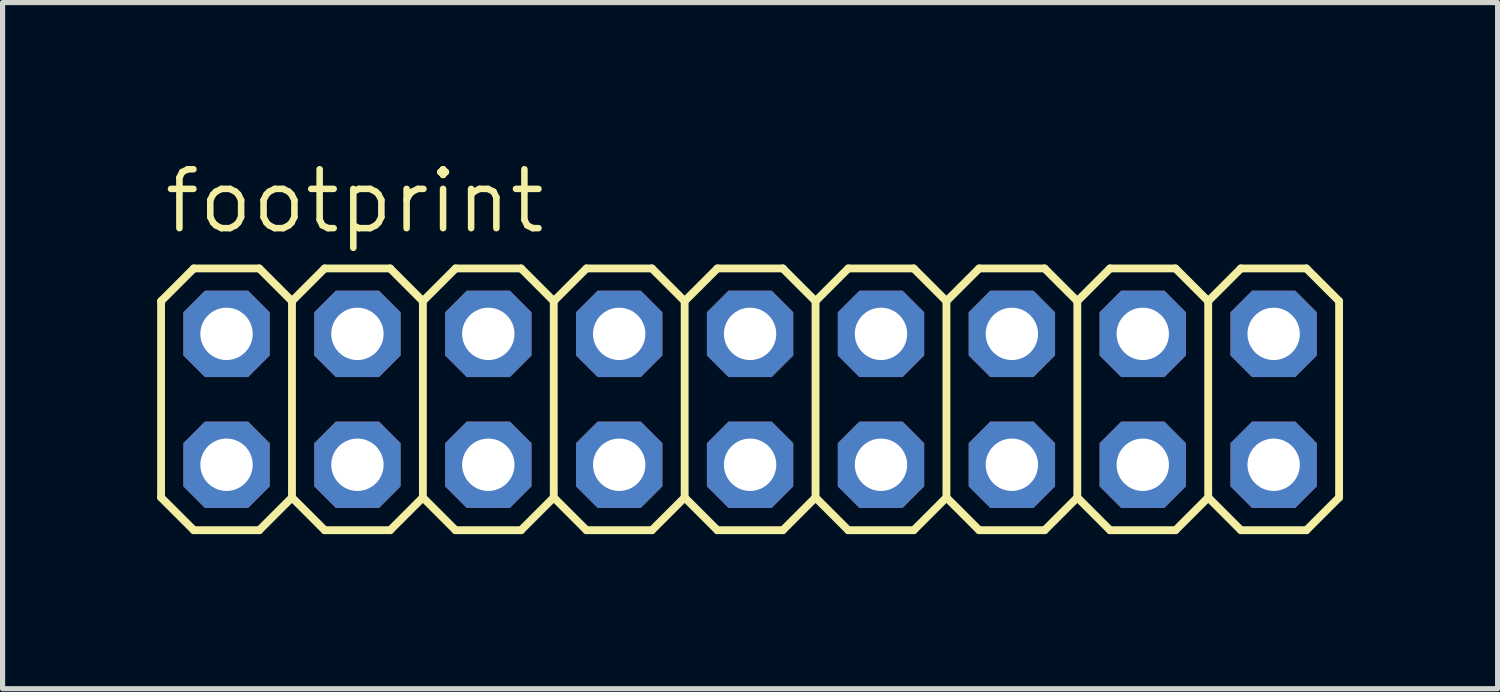
<source format=kicad_pcb>
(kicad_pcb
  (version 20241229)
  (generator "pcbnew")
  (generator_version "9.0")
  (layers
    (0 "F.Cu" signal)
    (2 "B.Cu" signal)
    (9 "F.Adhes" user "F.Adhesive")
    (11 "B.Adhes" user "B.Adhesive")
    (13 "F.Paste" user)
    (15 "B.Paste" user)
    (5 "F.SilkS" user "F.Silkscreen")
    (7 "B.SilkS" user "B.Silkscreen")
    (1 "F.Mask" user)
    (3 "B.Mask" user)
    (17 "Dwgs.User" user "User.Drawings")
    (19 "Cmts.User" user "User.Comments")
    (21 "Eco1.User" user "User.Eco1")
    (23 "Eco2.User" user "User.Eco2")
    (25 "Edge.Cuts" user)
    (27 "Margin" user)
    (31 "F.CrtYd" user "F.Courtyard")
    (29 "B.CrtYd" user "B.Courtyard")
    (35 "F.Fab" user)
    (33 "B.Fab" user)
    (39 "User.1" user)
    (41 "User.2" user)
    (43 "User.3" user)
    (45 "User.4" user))
  (footprint "footprint"
    (layer "F.Cu")
    (at 11.506 4.699)
    (property "Reference" "footprint" (at -11.43 -3.175 0) (layer "F.SilkS") (effects (font (size 1.143 1.143) (thickness 0.127)) (justify left bottom)))
    (fp_line (start -11.43 -1.905) (end -10.795 -2.54) (stroke (width 0.152) (type solid)) (layer "F.SilkS"))
    (fp_line (start -11.43 1.905) (end -11.43 -1.905) (stroke (width 0.152) (type solid)) (layer "F.SilkS"))
    (fp_line (start -11.43 1.905) (end -10.795 2.54) (stroke (width 0.152) (type solid)) (layer "F.SilkS"))
    (fp_line (start -10.795 -2.54) (end -9.525 -2.54) (stroke (width 0.152) (type solid)) (layer "F.SilkS"))
    (fp_line (start -10.795 2.54) (end -9.525 2.54) (stroke (width 0.152) (type solid)) (layer "F.SilkS"))
    (fp_line (start -9.525 -2.54) (end -8.89 -1.905) (stroke (width 0.152) (type solid)) (layer "F.SilkS"))
    (fp_line (start -9.525 2.54) (end -8.89 1.905) (stroke (width 0.152) (type solid)) (layer "F.SilkS"))
    (fp_line (start -8.89 -1.905) (end -8.89 1.905) (stroke (width 0.152) (type solid)) (layer "F.SilkS"))
    (fp_line (start -8.89 -1.905) (end -8.255 -2.54) (stroke (width 0.152) (type solid)) (layer "F.SilkS"))
    (fp_line (start -8.89 1.905) (end -8.255 2.54) (stroke (width 0.152) (type solid)) (layer "F.SilkS"))
    (fp_line (start -8.255 -2.54) (end -6.985 -2.54) (stroke (width 0.152) (type solid)) (layer "F.SilkS"))
    (fp_line (start -8.255 2.54) (end -6.985 2.54) (stroke (width 0.152) (type solid)) (layer "F.SilkS"))
    (fp_line (start -6.985 -2.54) (end -6.35 -1.905) (stroke (width 0.152) (type solid)) (layer "F.SilkS"))
    (fp_line (start -6.985 2.54) (end -6.35 1.905) (stroke (width 0.152) (type solid)) (layer "F.SilkS"))
    (fp_line (start -6.35 -1.905) (end -6.35 1.905) (stroke (width 0.152) (type solid)) (layer "F.SilkS"))
    (fp_line (start -6.35 -1.905) (end -5.715 -2.54) (stroke (width 0.152) (type solid)) (layer "F.SilkS"))
    (fp_line (start -6.35 1.905) (end -5.715 2.54) (stroke (width 0.152) (type solid)) (layer "F.SilkS"))
    (fp_line (start -5.715 -2.54) (end -4.445 -2.54) (stroke (width 0.152) (type solid)) (layer "F.SilkS"))
    (fp_line (start -5.715 2.54) (end -4.445 2.54) (stroke (width 0.152) (type solid)) (layer "F.SilkS"))
    (fp_line (start -4.445 -2.54) (end -3.81 -1.905) (stroke (width 0.152) (type solid)) (layer "F.SilkS"))
    (fp_line (start -4.445 2.54) (end -3.81 1.905) (stroke (width 0.152) (type solid)) (layer "F.SilkS"))
    (fp_line (start -3.81 -1.905) (end -3.81 1.905) (stroke (width 0.152) (type solid)) (layer "F.SilkS"))
    (fp_line (start -3.81 -1.905) (end -3.175 -2.54) (stroke (width 0.152) (type solid)) (layer "F.SilkS"))
    (fp_line (start -3.81 1.905) (end -3.175 2.54) (stroke (width 0.152) (type solid)) (layer "F.SilkS"))
    (fp_line (start -3.175 -2.54) (end -1.905 -2.54) (stroke (width 0.152) (type solid)) (layer "F.SilkS"))
    (fp_line (start -3.175 2.54) (end -1.905 2.54) (stroke (width 0.152) (type solid)) (layer "F.SilkS"))
    (fp_line (start -1.905 -2.54) (end -1.27 -1.905) (stroke (width 0.152) (type solid)) (layer "F.SilkS"))
    (fp_line (start -1.905 2.54) (end -1.27 1.905) (stroke (width 0.152) (type solid)) (layer "F.SilkS"))
    (fp_line (start -1.27 -1.905) (end -1.27 1.905) (stroke (width 0.152) (type solid)) (layer "F.SilkS"))
    (fp_line (start -1.27 -1.905) (end -0.635 -2.54) (stroke (width 0.152) (type solid)) (layer "F.SilkS"))
    (fp_line (start -1.27 1.905) (end -0.635 2.54) (stroke (width 0.152) (type solid)) (layer "F.SilkS"))
    (fp_line (start -0.635 -2.54) (end 0.635 -2.54) (stroke (width 0.152) (type solid)) (layer "F.SilkS"))
    (fp_line (start -0.635 2.54) (end 0.635 2.54) (stroke (width 0.152) (type solid)) (layer "F.SilkS"))
    (fp_line (start 0.635 -2.54) (end 1.27 -1.905) (stroke (width 0.152) (type solid)) (layer "F.SilkS"))
    (fp_line (start 0.635 2.54) (end 1.27 1.905) (stroke (width 0.152) (type solid)) (layer "F.SilkS"))
    (fp_line (start 1.27 -1.905) (end 1.27 1.905) (stroke (width 0.152) (type solid)) (layer "F.SilkS"))
    (fp_line (start 1.27 -1.905) (end 1.905 -2.54) (stroke (width 0.152) (type solid)) (layer "F.SilkS"))
    (fp_line (start 1.27 1.905) (end 1.905 2.54) (stroke (width 0.152) (type solid)) (layer "F.SilkS"))
    (fp_line (start 1.905 -2.54) (end 3.175 -2.54) (stroke (width 0.152) (type solid)) (layer "F.SilkS"))
    (fp_line (start 1.905 2.54) (end 3.175 2.54) (stroke (width 0.152) (type solid)) (layer "F.SilkS"))
    (fp_line (start 3.175 -2.54) (end 3.81 -1.905) (stroke (width 0.152) (type solid)) (layer "F.SilkS"))
    (fp_line (start 3.175 2.54) (end 3.81 1.905) (stroke (width 0.152) (type solid)) (layer "F.SilkS"))
    (fp_line (start 3.81 -1.905) (end 3.81 1.905) (stroke (width 0.152) (type solid)) (layer "F.SilkS"))
    (fp_line (start 3.81 -1.905) (end 4.445 -2.54) (stroke (width 0.152) (type solid)) (layer "F.SilkS"))
    (fp_line (start 3.81 1.905) (end 4.445 2.54) (stroke (width 0.152) (type solid)) (layer "F.SilkS"))
    (fp_line (start 4.445 -2.54) (end 5.715 -2.54) (stroke (width 0.152) (type solid)) (layer "F.SilkS"))
    (fp_line (start 4.445 2.54) (end 5.715 2.54) (stroke (width 0.152) (type solid)) (layer "F.SilkS"))
    (fp_line (start 5.715 -2.54) (end 6.35 -1.905) (stroke (width 0.152) (type solid)) (layer "F.SilkS"))
    (fp_line (start 6.35 -1.905) (end 6.35 1.905) (stroke (width 0.152) (type solid)) (layer "F.SilkS"))
    (fp_line (start 6.35 -1.905) (end 6.985 -2.54) (stroke (width 0.152) (type solid)) (layer "F.SilkS"))
    (fp_line (start 6.35 1.905) (end 5.715 2.54) (stroke (width 0.152) (type solid)) (layer "F.SilkS"))
    (fp_line (start 6.35 1.905) (end 6.985 2.54) (stroke (width 0.152) (type solid)) (layer "F.SilkS"))
    (fp_line (start 6.985 -2.54) (end 8.255 -2.54) (stroke (width 0.152) (type solid)) (layer "F.SilkS"))
    (fp_line (start 6.985 2.54) (end 8.255 2.54) (stroke (width 0.152) (type solid)) (layer "F.SilkS"))
    (fp_line (start 8.255 -2.54) (end 8.89 -1.905) (stroke (width 0.152) (type solid)) (layer "F.SilkS"))
    (fp_line (start 8.89 -1.905) (end 8.89 1.905) (stroke (width 0.152) (type solid)) (layer "F.SilkS"))
    (fp_line (start 8.89 -1.905) (end 9.525 -2.54) (stroke (width 0.152) (type solid)) (layer "F.SilkS"))
    (fp_line (start 8.89 1.905) (end 8.255 2.54) (stroke (width 0.152) (type solid)) (layer "F.SilkS"))
    (fp_line (start 8.89 1.905) (end 9.525 2.54) (stroke (width 0.152) (type solid)) (layer "F.SilkS"))
    (fp_line (start 9.525 -2.54) (end 10.795 -2.54) (stroke (width 0.152) (type solid)) (layer "F.SilkS"))
    (fp_line (start 9.525 2.54) (end 10.795 2.54) (stroke (width 0.152) (type solid)) (layer "F.SilkS"))
    (fp_line (start 10.795 -2.54) (end 11.43 -1.905) (stroke (width 0.152) (type solid)) (layer "F.SilkS"))
    (fp_line (start 11.43 -1.905) (end 11.43 1.905) (stroke (width 0.152) (type solid)) (layer "F.SilkS"))
    (fp_line (start 11.43 1.905) (end 10.795 2.54) (stroke (width 0.152) (type solid)) (layer "F.SilkS"))
    (fp_poly (pts (xy -10.414 -1.016) (xy -9.906 -1.016) (xy -9.906 -1.524) (xy -10.414 -1.524)) (stroke (width 0.1) (type solid)) (fill no) (layer "F.Fab"))
    (fp_poly (pts (xy -10.414 1.524) (xy -9.906 1.524) (xy -9.906 1.016) (xy -10.414 1.016)) (stroke (width 0.1) (type solid)) (fill no) (layer "F.Fab"))
    (fp_poly (pts (xy -7.874 -1.016) (xy -7.366 -1.016) (xy -7.366 -1.524) (xy -7.874 -1.524)) (stroke (width 0.1) (type solid)) (fill no) (layer "F.Fab"))
    (fp_poly (pts (xy -7.874 1.524) (xy -7.366 1.524) (xy -7.366 1.016) (xy -7.874 1.016)) (stroke (width 0.1) (type solid)) (fill no) (layer "F.Fab"))
    (fp_poly (pts (xy -5.334 -1.016) (xy -4.826 -1.016) (xy -4.826 -1.524) (xy -5.334 -1.524)) (stroke (width 0.1) (type solid)) (fill no) (layer "F.Fab"))
    (fp_poly (pts (xy -5.334 1.524) (xy -4.826 1.524) (xy -4.826 1.016) (xy -5.334 1.016)) (stroke (width 0.1) (type solid)) (fill no) (layer "F.Fab"))
    (fp_poly (pts (xy -2.794 -1.016) (xy -2.286 -1.016) (xy -2.286 -1.524) (xy -2.794 -1.524)) (stroke (width 0.1) (type solid)) (fill no) (layer "F.Fab"))
    (fp_poly (pts (xy -2.794 1.524) (xy -2.286 1.524) (xy -2.286 1.016) (xy -2.794 1.016)) (stroke (width 0.1) (type solid)) (fill no) (layer "F.Fab"))
    (fp_poly (pts (xy -0.254 -1.016) (xy 0.254 -1.016) (xy 0.254 -1.524) (xy -0.254 -1.524)) (stroke (width 0.1) (type solid)) (fill no) (layer "F.Fab"))
    (fp_poly (pts (xy -0.254 1.524) (xy 0.254 1.524) (xy 0.254 1.016) (xy -0.254 1.016)) (stroke (width 0.1) (type solid)) (fill no) (layer "F.Fab"))
    (fp_poly (pts (xy 2.286 -1.016) (xy 2.794 -1.016) (xy 2.794 -1.524) (xy 2.286 -1.524)) (stroke (width 0.1) (type solid)) (fill no) (layer "F.Fab"))
    (fp_poly (pts (xy 2.286 1.524) (xy 2.794 1.524) (xy 2.794 1.016) (xy 2.286 1.016)) (stroke (width 0.1) (type solid)) (fill no) (layer "F.Fab"))
    (fp_poly (pts (xy 4.826 -1.016) (xy 5.334 -1.016) (xy 5.334 -1.524) (xy 4.826 -1.524)) (stroke (width 0.1) (type solid)) (fill no) (layer "F.Fab"))
    (fp_poly (pts (xy 4.826 1.524) (xy 5.334 1.524) (xy 5.334 1.016) (xy 4.826 1.016)) (stroke (width 0.1) (type solid)) (fill no) (layer "F.Fab"))
    (fp_poly (pts (xy 7.366 -1.016) (xy 7.874 -1.016) (xy 7.874 -1.524) (xy 7.366 -1.524)) (stroke (width 0.1) (type solid)) (fill no) (layer "F.Fab"))
    (fp_poly (pts (xy 7.366 1.524) (xy 7.874 1.524) (xy 7.874 1.016) (xy 7.366 1.016)) (stroke (width 0.1) (type solid)) (fill no) (layer "F.Fab"))
    (fp_poly (pts (xy 9.906 -1.016) (xy 10.414 -1.016) (xy 10.414 -1.524) (xy 9.906 -1.524)) (stroke (width 0.1) (type solid)) (fill no) (layer "F.Fab"))
    (fp_poly (pts (xy 9.906 1.524) (xy 10.414 1.524) (xy 10.414 1.016) (xy 9.906 1.016)) (stroke (width 0.1) (type solid)) (fill no) (layer "F.Fab"))
    (pad "1" thru_hole roundrect (at -10.16 1.27) (size 1.676 1.676) (drill 1.016) (layers "*.Cu" "*.Mask") (roundrect_rratio 0.25) (chamfer_ratio 0.25) (chamfer top_left top_right bottom_left bottom_right))
    (pad "2" thru_hole roundrect (at -10.16 -1.27) (size 1.676 1.676) (drill 1.016) (layers "*.Cu" "*.Mask") (roundrect_rratio 0.25) (chamfer_ratio 0.25) (chamfer top_left top_right bottom_left bottom_right))
    (pad "3" thru_hole roundrect (at -7.62 1.27) (size 1.676 1.676) (drill 1.016) (layers "*.Cu" "*.Mask") (roundrect_rratio 0.25) (chamfer_ratio 0.25) (chamfer top_left top_right bottom_left bottom_right))
    (pad "4" thru_hole roundrect (at -7.62 -1.27) (size 1.676 1.676) (drill 1.016) (layers "*.Cu" "*.Mask") (roundrect_rratio 0.25) (chamfer_ratio 0.25) (chamfer top_left top_right bottom_left bottom_right))
    (pad "5" thru_hole roundrect (at -5.08 1.27) (size 1.676 1.676) (drill 1.016) (layers "*.Cu" "*.Mask") (roundrect_rratio 0.25) (chamfer_ratio 0.25) (chamfer top_left top_right bottom_left bottom_right))
    (pad "6" thru_hole roundrect (at -5.08 -1.27) (size 1.676 1.676) (drill 1.016) (layers "*.Cu" "*.Mask") (roundrect_rratio 0.25) (chamfer_ratio 0.25) (chamfer top_left top_right bottom_left bottom_right))
    (pad "7" thru_hole roundrect (at -2.54 1.27) (size 1.676 1.676) (drill 1.016) (layers "*.Cu" "*.Mask") (roundrect_rratio 0.25) (chamfer_ratio 0.25) (chamfer top_left top_right bottom_left bottom_right))
    (pad "8" thru_hole roundrect (at -2.54 -1.27) (size 1.676 1.676) (drill 1.016) (layers "*.Cu" "*.Mask") (roundrect_rratio 0.25) (chamfer_ratio 0.25) (chamfer top_left top_right bottom_left bottom_right))
    (pad "9" thru_hole roundrect (at 0 1.27) (size 1.676 1.676) (drill 1.016) (layers "*.Cu" "*.Mask") (roundrect_rratio 0.25) (chamfer_ratio 0.25) (chamfer top_left top_right bottom_left bottom_right))
    (pad "10" thru_hole roundrect (at 0 -1.27) (size 1.676 1.676) (drill 1.016) (layers "*.Cu" "*.Mask") (roundrect_rratio 0.25) (chamfer_ratio 0.25) (chamfer top_left top_right bottom_left bottom_right))
    (pad "11" thru_hole roundrect (at 2.54 1.27) (size 1.676 1.676) (drill 1.016) (layers "*.Cu" "*.Mask") (roundrect_rratio 0.25) (chamfer_ratio 0.25) (chamfer top_left top_right bottom_left bottom_right))
    (pad "12" thru_hole roundrect (at 2.54 -1.27) (size 1.676 1.676) (drill 1.016) (layers "*.Cu" "*.Mask") (roundrect_rratio 0.25) (chamfer_ratio 0.25) (chamfer top_left top_right bottom_left bottom_right))
    (pad "13" thru_hole roundrect (at 5.08 1.27) (size 1.676 1.676) (drill 1.016) (layers "*.Cu" "*.Mask") (roundrect_rratio 0.25) (chamfer_ratio 0.25) (chamfer top_left top_right bottom_left bottom_right))
    (pad "14" thru_hole roundrect (at 5.08 -1.27) (size 1.676 1.676) (drill 1.016) (layers "*.Cu" "*.Mask") (roundrect_rratio 0.25) (chamfer_ratio 0.25) (chamfer top_left top_right bottom_left bottom_right))
    (pad "15" thru_hole roundrect (at 7.62 1.27) (size 1.676 1.676) (drill 1.016) (layers "*.Cu" "*.Mask") (roundrect_rratio 0.25) (chamfer_ratio 0.25) (chamfer top_left top_right bottom_left bottom_right))
    (pad "16" thru_hole roundrect (at 7.62 -1.27) (size 1.676 1.676) (drill 1.016) (layers "*.Cu" "*.Mask") (roundrect_rratio 0.25) (chamfer_ratio 0.25) (chamfer top_left top_right bottom_left bottom_right))
    (pad "17" thru_hole roundrect (at 10.16 1.27) (size 1.676 1.676) (drill 1.016) (layers "*.Cu" "*.Mask") (roundrect_rratio 0.25) (chamfer_ratio 0.25) (chamfer top_left top_right bottom_left bottom_right))
    (pad "18" thru_hole roundrect (at 10.16 -1.27) (size 1.676 1.676) (drill 1.016) (layers "*.Cu" "*.Mask") (roundrect_rratio 0.25) (chamfer_ratio 0.25) (chamfer top_left top_right bottom_left bottom_right)))
  (gr_rect
    (start -3 -3)
    (end 26.012 10.315)
    (stroke (width 0.1) (type default))
    (fill no)
    (layer "Edge.Cuts")))
</source>
